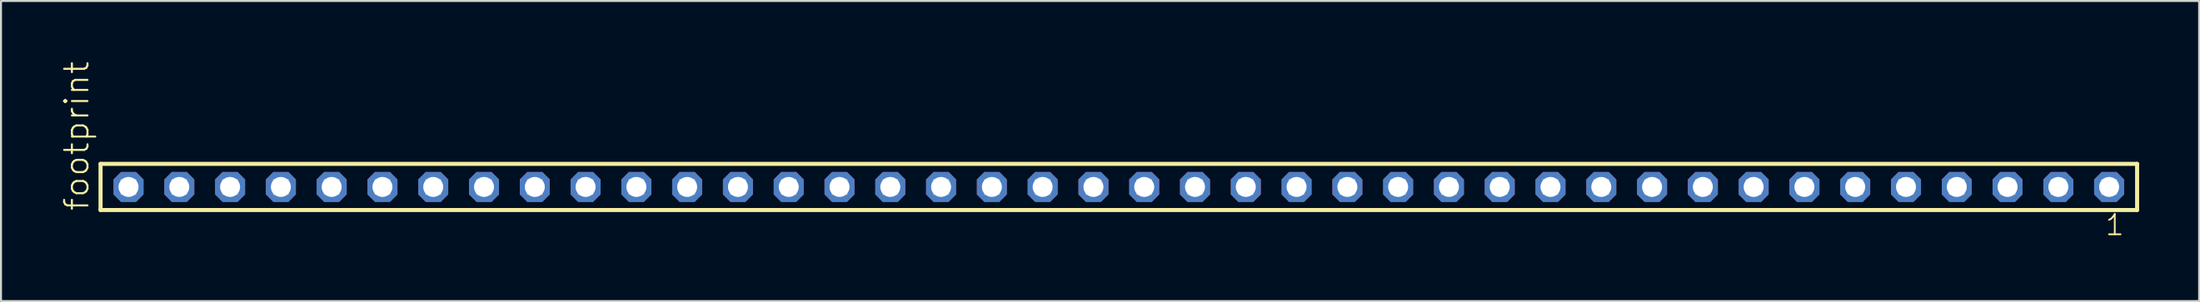
<source format=kicad_pcb>
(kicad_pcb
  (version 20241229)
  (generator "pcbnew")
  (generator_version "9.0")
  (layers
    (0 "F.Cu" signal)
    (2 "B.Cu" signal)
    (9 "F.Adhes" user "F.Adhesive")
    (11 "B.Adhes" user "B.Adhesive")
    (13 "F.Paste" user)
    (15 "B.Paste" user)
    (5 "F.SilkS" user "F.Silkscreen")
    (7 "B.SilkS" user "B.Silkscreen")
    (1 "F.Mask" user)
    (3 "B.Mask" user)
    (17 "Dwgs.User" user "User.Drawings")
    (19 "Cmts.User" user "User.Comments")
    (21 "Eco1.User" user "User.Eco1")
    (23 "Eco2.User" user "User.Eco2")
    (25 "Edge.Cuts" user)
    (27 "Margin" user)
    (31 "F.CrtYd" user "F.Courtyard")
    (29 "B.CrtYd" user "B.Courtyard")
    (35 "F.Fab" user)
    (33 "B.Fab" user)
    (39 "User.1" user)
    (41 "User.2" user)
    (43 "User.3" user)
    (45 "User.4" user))
  (footprint "footprint"
    (layer "F.Cu")
    (at 52.908 6.312)
    (property "Reference" "footprint" (at -51.435 1.27 90) (layer "F.SilkS") (effects (font (size 1.168 1.168) (thickness 0.102)) (justify left bottom)))
    (fp_line (start -50.929 -1.155) (end 50.929 -1.155) (stroke (width 0.203) (type solid)) (layer "F.SilkS"))
    (fp_line (start -50.929 1.155) (end -50.929 -1.155) (stroke (width 0.203) (type solid)) (layer "F.SilkS"))
    (fp_line (start 50.929 -1.155) (end 50.929 1.155) (stroke (width 0.203) (type solid)) (layer "F.SilkS"))
    (fp_line (start 50.929 1.155) (end -50.929 1.155) (stroke (width 0.203) (type solid)) (layer "F.SilkS"))
    (fp_poly (pts (xy -49.88 0.35) (xy -49.18 0.35) (xy -49.18 -0.35) (xy -49.88 -0.35)) (stroke (width 0.1) (type solid)) (fill no) (layer "F.Fab"))
    (fp_poly (pts (xy -47.34 0.35) (xy -46.64 0.35) (xy -46.64 -0.35) (xy -47.34 -0.35)) (stroke (width 0.1) (type solid)) (fill no) (layer "F.Fab"))
    (fp_poly (pts (xy -44.8 0.35) (xy -44.1 0.35) (xy -44.1 -0.35) (xy -44.8 -0.35)) (stroke (width 0.1) (type solid)) (fill no) (layer "F.Fab"))
    (fp_poly (pts (xy -42.26 0.35) (xy -41.56 0.35) (xy -41.56 -0.35) (xy -42.26 -0.35)) (stroke (width 0.1) (type solid)) (fill no) (layer "F.Fab"))
    (fp_poly (pts (xy -39.72 0.35) (xy -39.02 0.35) (xy -39.02 -0.35) (xy -39.72 -0.35)) (stroke (width 0.1) (type solid)) (fill no) (layer "F.Fab"))
    (fp_poly (pts (xy -37.18 0.35) (xy -36.48 0.35) (xy -36.48 -0.35) (xy -37.18 -0.35)) (stroke (width 0.1) (type solid)) (fill no) (layer "F.Fab"))
    (fp_poly (pts (xy -34.64 0.35) (xy -33.94 0.35) (xy -33.94 -0.35) (xy -34.64 -0.35)) (stroke (width 0.1) (type solid)) (fill no) (layer "F.Fab"))
    (fp_poly (pts (xy -32.1 0.35) (xy -31.4 0.35) (xy -31.4 -0.35) (xy -32.1 -0.35)) (stroke (width 0.1) (type solid)) (fill no) (layer "F.Fab"))
    (fp_poly (pts (xy -29.56 0.35) (xy -28.86 0.35) (xy -28.86 -0.35) (xy -29.56 -0.35)) (stroke (width 0.1) (type solid)) (fill no) (layer "F.Fab"))
    (fp_poly (pts (xy -27.02 0.35) (xy -26.32 0.35) (xy -26.32 -0.35) (xy -27.02 -0.35)) (stroke (width 0.1) (type solid)) (fill no) (layer "F.Fab"))
    (fp_poly (pts (xy -24.48 0.35) (xy -23.78 0.35) (xy -23.78 -0.35) (xy -24.48 -0.35)) (stroke (width 0.1) (type solid)) (fill no) (layer "F.Fab"))
    (fp_poly (pts (xy -21.94 0.35) (xy -21.24 0.35) (xy -21.24 -0.35) (xy -21.94 -0.35)) (stroke (width 0.1) (type solid)) (fill no) (layer "F.Fab"))
    (fp_poly (pts (xy -19.4 0.35) (xy -18.7 0.35) (xy -18.7 -0.35) (xy -19.4 -0.35)) (stroke (width 0.1) (type solid)) (fill no) (layer "F.Fab"))
    (fp_poly (pts (xy -16.86 0.35) (xy -16.16 0.35) (xy -16.16 -0.35) (xy -16.86 -0.35)) (stroke (width 0.1) (type solid)) (fill no) (layer "F.Fab"))
    (fp_poly (pts (xy -14.32 0.35) (xy -13.62 0.35) (xy -13.62 -0.35) (xy -14.32 -0.35)) (stroke (width 0.1) (type solid)) (fill no) (layer "F.Fab"))
    (fp_poly (pts (xy -11.78 0.35) (xy -11.08 0.35) (xy -11.08 -0.35) (xy -11.78 -0.35)) (stroke (width 0.1) (type solid)) (fill no) (layer "F.Fab"))
    (fp_poly (pts (xy -9.24 0.35) (xy -8.54 0.35) (xy -8.54 -0.35) (xy -9.24 -0.35)) (stroke (width 0.1) (type solid)) (fill no) (layer "F.Fab"))
    (fp_poly (pts (xy -6.7 0.35) (xy -6 0.35) (xy -6 -0.35) (xy -6.7 -0.35)) (stroke (width 0.1) (type solid)) (fill no) (layer "F.Fab"))
    (fp_poly (pts (xy -4.16 0.35) (xy -3.46 0.35) (xy -3.46 -0.35) (xy -4.16 -0.35)) (stroke (width 0.1) (type solid)) (fill no) (layer "F.Fab"))
    (fp_poly (pts (xy -1.62 0.35) (xy -0.92 0.35) (xy -0.92 -0.35) (xy -1.62 -0.35)) (stroke (width 0.1) (type solid)) (fill no) (layer "F.Fab"))
    (fp_poly (pts (xy 0.92 0.35) (xy 1.62 0.35) (xy 1.62 -0.35) (xy 0.92 -0.35)) (stroke (width 0.1) (type solid)) (fill no) (layer "F.Fab"))
    (fp_poly (pts (xy 3.46 0.35) (xy 4.16 0.35) (xy 4.16 -0.35) (xy 3.46 -0.35)) (stroke (width 0.1) (type solid)) (fill no) (layer "F.Fab"))
    (fp_poly (pts (xy 6 0.35) (xy 6.7 0.35) (xy 6.7 -0.35) (xy 6 -0.35)) (stroke (width 0.1) (type solid)) (fill no) (layer "F.Fab"))
    (fp_poly (pts (xy 8.54 0.35) (xy 9.24 0.35) (xy 9.24 -0.35) (xy 8.54 -0.35)) (stroke (width 0.1) (type solid)) (fill no) (layer "F.Fab"))
    (fp_poly (pts (xy 11.08 0.35) (xy 11.78 0.35) (xy 11.78 -0.35) (xy 11.08 -0.35)) (stroke (width 0.1) (type solid)) (fill no) (layer "F.Fab"))
    (fp_poly (pts (xy 13.62 0.35) (xy 14.32 0.35) (xy 14.32 -0.35) (xy 13.62 -0.35)) (stroke (width 0.1) (type solid)) (fill no) (layer "F.Fab"))
    (fp_poly (pts (xy 16.16 0.35) (xy 16.86 0.35) (xy 16.86 -0.35) (xy 16.16 -0.35)) (stroke (width 0.1) (type solid)) (fill no) (layer "F.Fab"))
    (fp_poly (pts (xy 18.7 0.35) (xy 19.4 0.35) (xy 19.4 -0.35) (xy 18.7 -0.35)) (stroke (width 0.1) (type solid)) (fill no) (layer "F.Fab"))
    (fp_poly (pts (xy 21.24 0.35) (xy 21.94 0.35) (xy 21.94 -0.35) (xy 21.24 -0.35)) (stroke (width 0.1) (type solid)) (fill no) (layer "F.Fab"))
    (fp_poly (pts (xy 23.78 0.35) (xy 24.48 0.35) (xy 24.48 -0.35) (xy 23.78 -0.35)) (stroke (width 0.1) (type solid)) (fill no) (layer "F.Fab"))
    (fp_poly (pts (xy 26.32 0.35) (xy 27.02 0.35) (xy 27.02 -0.35) (xy 26.32 -0.35)) (stroke (width 0.1) (type solid)) (fill no) (layer "F.Fab"))
    (fp_poly (pts (xy 28.86 0.35) (xy 29.56 0.35) (xy 29.56 -0.35) (xy 28.86 -0.35)) (stroke (width 0.1) (type solid)) (fill no) (layer "F.Fab"))
    (fp_poly (pts (xy 31.4 0.35) (xy 32.1 0.35) (xy 32.1 -0.35) (xy 31.4 -0.35)) (stroke (width 0.1) (type solid)) (fill no) (layer "F.Fab"))
    (fp_poly (pts (xy 33.94 0.35) (xy 34.64 0.35) (xy 34.64 -0.35) (xy 33.94 -0.35)) (stroke (width 0.1) (type solid)) (fill no) (layer "F.Fab"))
    (fp_poly (pts (xy 36.48 0.35) (xy 37.18 0.35) (xy 37.18 -0.35) (xy 36.48 -0.35)) (stroke (width 0.1) (type solid)) (fill no) (layer "F.Fab"))
    (fp_poly (pts (xy 39.02 0.35) (xy 39.72 0.35) (xy 39.72 -0.35) (xy 39.02 -0.35)) (stroke (width 0.1) (type solid)) (fill no) (layer "F.Fab"))
    (fp_poly (pts (xy 41.56 0.35) (xy 42.26 0.35) (xy 42.26 -0.35) (xy 41.56 -0.35)) (stroke (width 0.1) (type solid)) (fill no) (layer "F.Fab"))
    (fp_poly (pts (xy 44.1 0.35) (xy 44.8 0.35) (xy 44.8 -0.35) (xy 44.1 -0.35)) (stroke (width 0.1) (type solid)) (fill no) (layer "F.Fab"))
    (fp_poly (pts (xy 46.64 0.35) (xy 47.34 0.35) (xy 47.34 -0.35) (xy 46.64 -0.35)) (stroke (width 0.1) (type solid)) (fill no) (layer "F.Fab"))
    (fp_poly (pts (xy 49.18 0.35) (xy 49.88 0.35) (xy 49.88 -0.35) (xy 49.18 -0.35)) (stroke (width 0.1) (type solid)) (fill no) (layer "F.Fab"))
    (fp_text user "1" (at 49.272 2.498 0) (layer "F.SilkS") (effects (font (size 1.012 1.012) (thickness 0.088)) (justify left bottom)))
    (pad "1" thru_hole roundrect (at 49.53 0 180) (size 1.5 1.5) (drill 1) (layers "*.Cu" "*.Mask") (roundrect_rratio 0.25) (chamfer_ratio 0.25) (chamfer top_left top_right bottom_left bottom_right))
    (pad "2" thru_hole roundrect (at 46.99 0 180) (size 1.5 1.5) (drill 1) (layers "*.Cu" "*.Mask") (roundrect_rratio 0.25) (chamfer_ratio 0.25) (chamfer top_left top_right bottom_left bottom_right))
    (pad "3" thru_hole roundrect (at 44.45 0 180) (size 1.5 1.5) (drill 1) (layers "*.Cu" "*.Mask") (roundrect_rratio 0.25) (chamfer_ratio 0.25) (chamfer top_left top_right bottom_left bottom_right))
    (pad "4" thru_hole roundrect (at 41.91 0 180) (size 1.5 1.5) (drill 1) (layers "*.Cu" "*.Mask") (roundrect_rratio 0.25) (chamfer_ratio 0.25) (chamfer top_left top_right bottom_left bottom_right))
    (pad "5" thru_hole roundrect (at 39.37 0 180) (size 1.5 1.5) (drill 1) (layers "*.Cu" "*.Mask") (roundrect_rratio 0.25) (chamfer_ratio 0.25) (chamfer top_left top_right bottom_left bottom_right))
    (pad "6" thru_hole roundrect (at 36.83 0 180) (size 1.5 1.5) (drill 1) (layers "*.Cu" "*.Mask") (roundrect_rratio 0.25) (chamfer_ratio 0.25) (chamfer top_left top_right bottom_left bottom_right))
    (pad "7" thru_hole roundrect (at 34.29 0 180) (size 1.5 1.5) (drill 1) (layers "*.Cu" "*.Mask") (roundrect_rratio 0.25) (chamfer_ratio 0.25) (chamfer top_left top_right bottom_left bottom_right))
    (pad "8" thru_hole roundrect (at 31.75 0 180) (size 1.5 1.5) (drill 1) (layers "*.Cu" "*.Mask") (roundrect_rratio 0.25) (chamfer_ratio 0.25) (chamfer top_left top_right bottom_left bottom_right))
    (pad "9" thru_hole roundrect (at 29.21 0 180) (size 1.5 1.5) (drill 1) (layers "*.Cu" "*.Mask") (roundrect_rratio 0.25) (chamfer_ratio 0.25) (chamfer top_left top_right bottom_left bottom_right))
    (pad "10" thru_hole roundrect (at 26.67 0 180) (size 1.5 1.5) (drill 1) (layers "*.Cu" "*.Mask") (roundrect_rratio 0.25) (chamfer_ratio 0.25) (chamfer top_left top_right bottom_left bottom_right))
    (pad "11" thru_hole roundrect (at 24.13 0 180) (size 1.5 1.5) (drill 1) (layers "*.Cu" "*.Mask") (roundrect_rratio 0.25) (chamfer_ratio 0.25) (chamfer top_left top_right bottom_left bottom_right))
    (pad "12" thru_hole roundrect (at 21.59 0 180) (size 1.5 1.5) (drill 1) (layers "*.Cu" "*.Mask") (roundrect_rratio 0.25) (chamfer_ratio 0.25) (chamfer top_left top_right bottom_left bottom_right))
    (pad "13" thru_hole roundrect (at 19.05 0 180) (size 1.5 1.5) (drill 1) (layers "*.Cu" "*.Mask") (roundrect_rratio 0.25) (chamfer_ratio 0.25) (chamfer top_left top_right bottom_left bottom_right))
    (pad "14" thru_hole roundrect (at 16.51 0 180) (size 1.5 1.5) (drill 1) (layers "*.Cu" "*.Mask") (roundrect_rratio 0.25) (chamfer_ratio 0.25) (chamfer top_left top_right bottom_left bottom_right))
    (pad "15" thru_hole roundrect (at 13.97 0 180) (size 1.5 1.5) (drill 1) (layers "*.Cu" "*.Mask") (roundrect_rratio 0.25) (chamfer_ratio 0.25) (chamfer top_left top_right bottom_left bottom_right))
    (pad "16" thru_hole roundrect (at 11.43 0 180) (size 1.5 1.5) (drill 1) (layers "*.Cu" "*.Mask") (roundrect_rratio 0.25) (chamfer_ratio 0.25) (chamfer top_left top_right bottom_left bottom_right))
    (pad "17" thru_hole roundrect (at 8.89 0 180) (size 1.5 1.5) (drill 1) (layers "*.Cu" "*.Mask") (roundrect_rratio 0.25) (chamfer_ratio 0.25) (chamfer top_left top_right bottom_left bottom_right))
    (pad "18" thru_hole roundrect (at 6.35 0 180) (size 1.5 1.5) (drill 1) (layers "*.Cu" "*.Mask") (roundrect_rratio 0.25) (chamfer_ratio 0.25) (chamfer top_left top_right bottom_left bottom_right))
    (pad "19" thru_hole roundrect (at 3.81 0 180) (size 1.5 1.5) (drill 1) (layers "*.Cu" "*.Mask") (roundrect_rratio 0.25) (chamfer_ratio 0.25) (chamfer top_left top_right bottom_left bottom_right))
    (pad "20" thru_hole roundrect (at 1.27 0 180) (size 1.5 1.5) (drill 1) (layers "*.Cu" "*.Mask") (roundrect_rratio 0.25) (chamfer_ratio 0.25) (chamfer top_left top_right bottom_left bottom_right))
    (pad "21" thru_hole roundrect (at -1.27 0 180) (size 1.5 1.5) (drill 1) (layers "*.Cu" "*.Mask") (roundrect_rratio 0.25) (chamfer_ratio 0.25) (chamfer top_left top_right bottom_left bottom_right))
    (pad "22" thru_hole roundrect (at -3.81 0 180) (size 1.5 1.5) (drill 1) (layers "*.Cu" "*.Mask") (roundrect_rratio 0.25) (chamfer_ratio 0.25) (chamfer top_left top_right bottom_left bottom_right))
    (pad "23" thru_hole roundrect (at -6.35 0 180) (size 1.5 1.5) (drill 1) (layers "*.Cu" "*.Mask") (roundrect_rratio 0.25) (chamfer_ratio 0.25) (chamfer top_left top_right bottom_left bottom_right))
    (pad "24" thru_hole roundrect (at -8.89 0 180) (size 1.5 1.5) (drill 1) (layers "*.Cu" "*.Mask") (roundrect_rratio 0.25) (chamfer_ratio 0.25) (chamfer top_left top_right bottom_left bottom_right))
    (pad "25" thru_hole roundrect (at -11.43 0 180) (size 1.5 1.5) (drill 1) (layers "*.Cu" "*.Mask") (roundrect_rratio 0.25) (chamfer_ratio 0.25) (chamfer top_left top_right bottom_left bottom_right))
    (pad "26" thru_hole roundrect (at -13.97 0 180) (size 1.5 1.5) (drill 1) (layers "*.Cu" "*.Mask") (roundrect_rratio 0.25) (chamfer_ratio 0.25) (chamfer top_left top_right bottom_left bottom_right))
    (pad "27" thru_hole roundrect (at -16.51 0 180) (size 1.5 1.5) (drill 1) (layers "*.Cu" "*.Mask") (roundrect_rratio 0.25) (chamfer_ratio 0.25) (chamfer top_left top_right bottom_left bottom_right))
    (pad "28" thru_hole roundrect (at -19.05 0 180) (size 1.5 1.5) (drill 1) (layers "*.Cu" "*.Mask") (roundrect_rratio 0.25) (chamfer_ratio 0.25) (chamfer top_left top_right bottom_left bottom_right))
    (pad "29" thru_hole roundrect (at -21.59 0 180) (size 1.5 1.5) (drill 1) (layers "*.Cu" "*.Mask") (roundrect_rratio 0.25) (chamfer_ratio 0.25) (chamfer top_left top_right bottom_left bottom_right))
    (pad "30" thru_hole roundrect (at -24.13 0 180) (size 1.5 1.5) (drill 1) (layers "*.Cu" "*.Mask") (roundrect_rratio 0.25) (chamfer_ratio 0.25) (chamfer top_left top_right bottom_left bottom_right))
    (pad "31" thru_hole roundrect (at -26.67 0 180) (size 1.5 1.5) (drill 1) (layers "*.Cu" "*.Mask") (roundrect_rratio 0.25) (chamfer_ratio 0.25) (chamfer top_left top_right bottom_left bottom_right))
    (pad "32" thru_hole roundrect (at -29.21 0 180) (size 1.5 1.5) (drill 1) (layers "*.Cu" "*.Mask") (roundrect_rratio 0.25) (chamfer_ratio 0.25) (chamfer top_left top_right bottom_left bottom_right))
    (pad "33" thru_hole roundrect (at -31.75 0 180) (size 1.5 1.5) (drill 1) (layers "*.Cu" "*.Mask") (roundrect_rratio 0.25) (chamfer_ratio 0.25) (chamfer top_left top_right bottom_left bottom_right))
    (pad "34" thru_hole roundrect (at -34.29 0 180) (size 1.5 1.5) (drill 1) (layers "*.Cu" "*.Mask") (roundrect_rratio 0.25) (chamfer_ratio 0.25) (chamfer top_left top_right bottom_left bottom_right))
    (pad "35" thru_hole roundrect (at -36.83 0 180) (size 1.5 1.5) (drill 1) (layers "*.Cu" "*.Mask") (roundrect_rratio 0.25) (chamfer_ratio 0.25) (chamfer top_left top_right bottom_left bottom_right))
    (pad "36" thru_hole roundrect (at -39.37 0 180) (size 1.5 1.5) (drill 1) (layers "*.Cu" "*.Mask") (roundrect_rratio 0.25) (chamfer_ratio 0.25) (chamfer top_left top_right bottom_left bottom_right))
    (pad "37" thru_hole roundrect (at -41.91 0 180) (size 1.5 1.5) (drill 1) (layers "*.Cu" "*.Mask") (roundrect_rratio 0.25) (chamfer_ratio 0.25) (chamfer top_left top_right bottom_left bottom_right))
    (pad "38" thru_hole roundrect (at -44.45 0 180) (size 1.5 1.5) (drill 1) (layers "*.Cu" "*.Mask") (roundrect_rratio 0.25) (chamfer_ratio 0.25) (chamfer top_left top_right bottom_left bottom_right))
    (pad "39" thru_hole roundrect (at -46.99 0 180) (size 1.5 1.5) (drill 1) (layers "*.Cu" "*.Mask") (roundrect_rratio 0.25) (chamfer_ratio 0.25) (chamfer top_left top_right bottom_left bottom_right))
    (pad "40" thru_hole roundrect (at -49.53 0 180) (size 1.5 1.5) (drill 1) (layers "*.Cu" "*.Mask") (roundrect_rratio 0.25) (chamfer_ratio 0.25) (chamfer top_left top_right bottom_left bottom_right)))
  (gr_rect
    (start -3 -3)
    (end 106.939 12.027)
    (stroke (width 0.1) (type default))
    (fill no)
    (layer "Edge.Cuts")))
</source>
